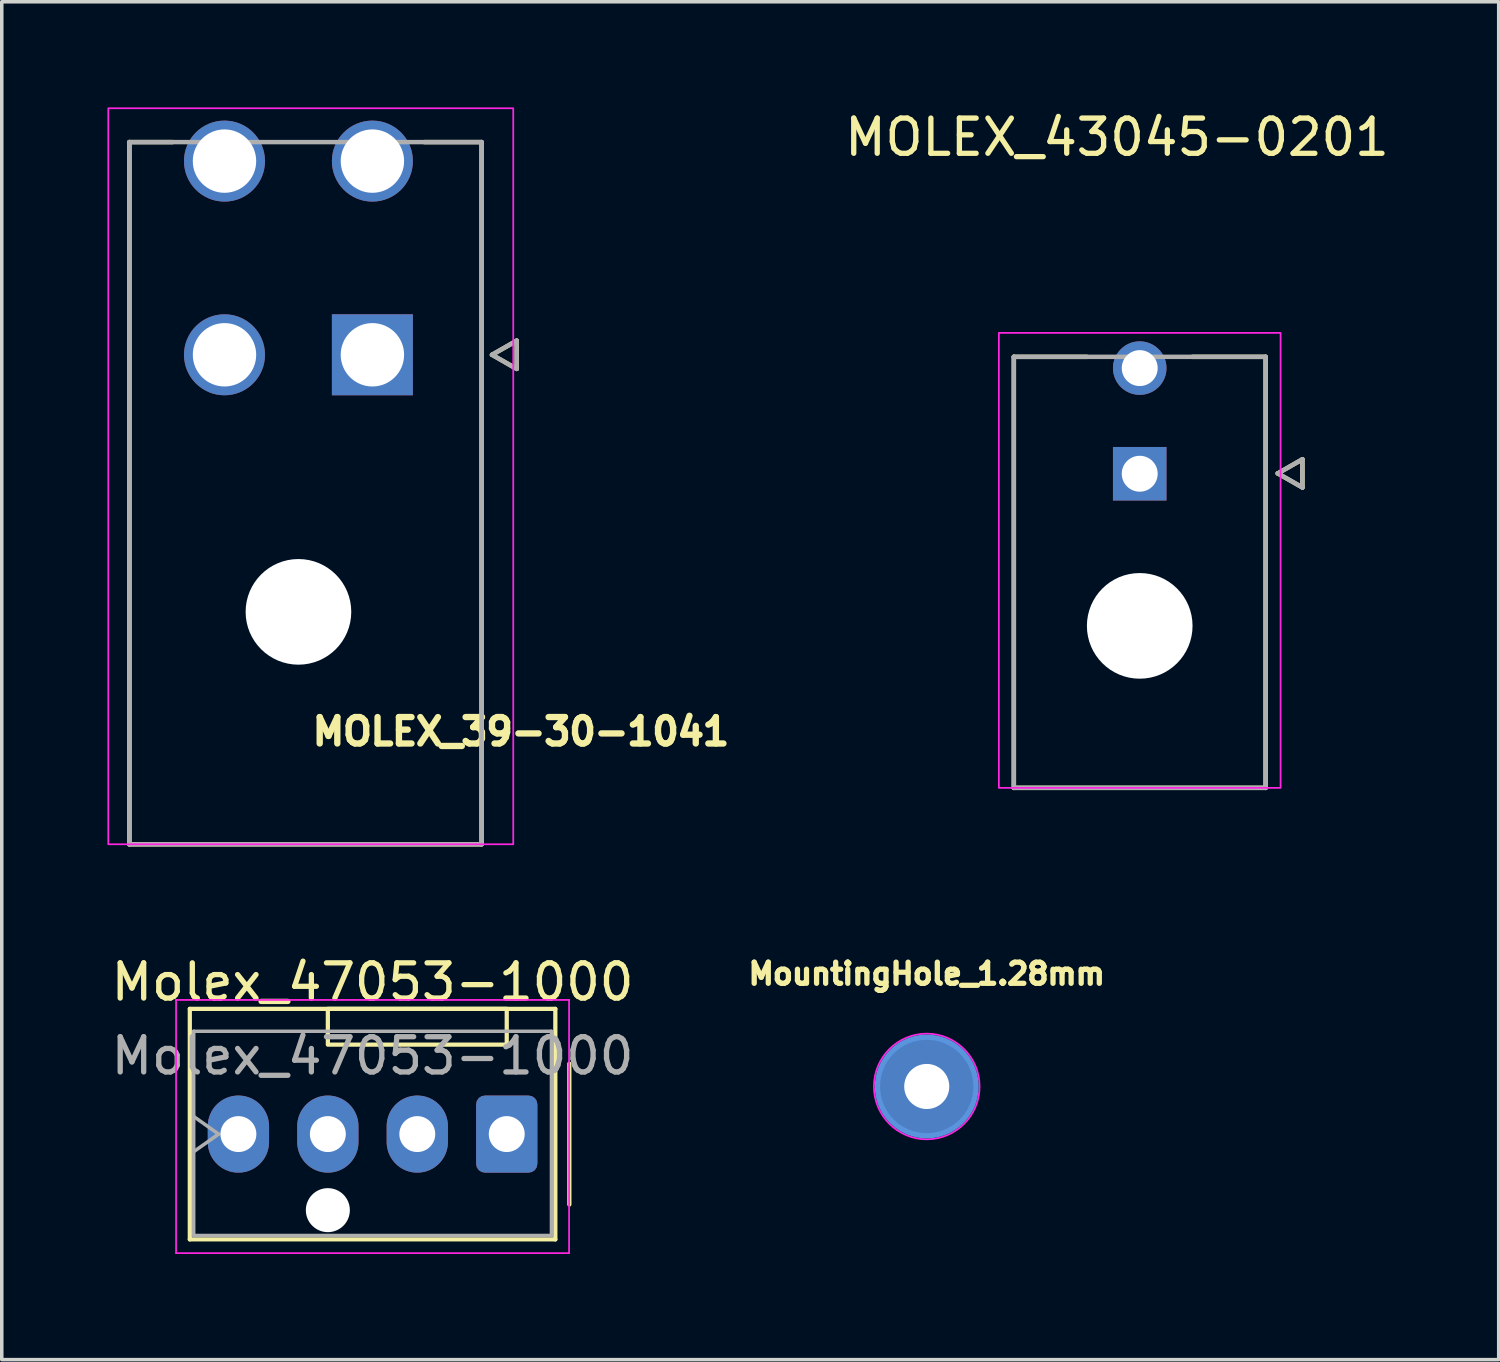
<source format=kicad_pcb>
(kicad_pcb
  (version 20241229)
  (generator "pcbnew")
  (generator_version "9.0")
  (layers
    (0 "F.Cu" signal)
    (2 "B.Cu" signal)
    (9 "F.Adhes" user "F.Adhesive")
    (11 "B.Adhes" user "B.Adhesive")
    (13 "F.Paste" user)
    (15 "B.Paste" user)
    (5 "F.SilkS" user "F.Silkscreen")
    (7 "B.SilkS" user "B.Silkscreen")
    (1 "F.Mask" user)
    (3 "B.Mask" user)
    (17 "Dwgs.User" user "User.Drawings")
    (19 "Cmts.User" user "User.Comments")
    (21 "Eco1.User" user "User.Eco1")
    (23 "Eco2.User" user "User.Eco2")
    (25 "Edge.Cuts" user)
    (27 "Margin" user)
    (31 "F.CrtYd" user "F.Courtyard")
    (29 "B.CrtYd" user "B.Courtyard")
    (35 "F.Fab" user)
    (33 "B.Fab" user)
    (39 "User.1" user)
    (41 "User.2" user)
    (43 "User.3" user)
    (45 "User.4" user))
  (footprint "MOLEX_43045-0201"
    (layer "F.Cu")
    (at 29.315 10.403)
    (property "Reference" "MOLEX_43045-0201" (at -0.645 -9.555 0) (layer "F.SilkS") (effects (font (size 1 1) (thickness 0.15))))
    (attr through_hole)
    (fp_line (start -3.575 -3.32) (end -3.575 8.92) (stroke (width 0.127) (type solid)) (layer "F.SilkS"))
    (fp_line (start -3.575 8.92) (end 3.575 8.92) (stroke (width 0.127) (type solid)) (layer "F.SilkS"))
    (fp_line (start -1.5 -3.32) (end -3.575 -3.32) (stroke (width 0.127) (type solid)) (layer "F.SilkS"))
    (fp_line (start 3.575 -3.32) (end 1.5 -3.32) (stroke (width 0.127) (type solid)) (layer "F.SilkS"))
    (fp_line (start 3.575 8.92) (end 3.575 -3.32) (stroke (width 0.127) (type solid)) (layer "F.SilkS"))
    (fp_line (start 3.92 -0.01) (end 4.62 0.39) (stroke (width 0.127) (type solid)) (layer "F.SilkS"))
    (fp_line (start 4.62 -0.41) (end 3.92 -0.01) (stroke (width 0.127) (type solid)) (layer "F.SilkS"))
    (fp_line (start 4.62 0.39) (end 4.62 -0.41) (stroke (width 0.127) (type solid)) (layer "F.SilkS"))
    (fp_rect (start -4 -4) (end 4 8.92) (stroke (width 0.05) (type default)) (fill no) (layer "F.CrtYd"))
    (fp_line (start -3.575 -3.32) (end -3.575 8.92) (stroke (width 0.127) (type solid)) (layer "F.Fab"))
    (fp_line (start -3.575 8.92) (end 3.575 8.92) (stroke (width 0.127) (type solid)) (layer "F.Fab"))
    (fp_line (start 3.575 -3.32) (end -3.575 -3.32) (stroke (width 0.127) (type solid)) (layer "F.Fab"))
    (fp_line (start 3.575 8.92) (end 3.575 -3.32) (stroke (width 0.127) (type solid)) (layer "F.Fab"))
    (fp_line (start 3.92 -0.01) (end 4.62 0.39) (stroke (width 0.127) (type solid)) (layer "F.Fab"))
    (fp_line (start 4.62 -0.41) (end 3.92 -0.01) (stroke (width 0.127) (type solid)) (layer "F.Fab"))
    (fp_line (start 4.62 0.39) (end 4.62 -0.41) (stroke (width 0.127) (type solid)) (layer "F.Fab"))
    (pad "" np_thru_hole circle (at 0 4.32) (size 3 3) (drill 3) (layers "*.Cu" "*.Mask"))
    (pad "1" thru_hole rect (at 0 0) (size 1.52 1.52) (drill 1.02) (layers "*.Cu" "*.Mask"))
    (pad "2" thru_hole circle (at 0 -3) (size 1.52 1.52) (drill 1.02) (layers "*.Cu" "*.Mask")))
  (footprint "MountingHole_1.28mm"
    (layer "F.Cu")
    (at 23.267 27.803)
    (property "Reference" "MountingHole_1.28mm" (at 0 -3.2 0) (layer "F.SilkS") (effects (font (size 0.6 0.6) (thickness 0.15))))
    (attr through_hole)
    (fp_circle (center 0 0) (end 1.4 0) (stroke (width 0.15) (type solid)) (fill no) (layer "Cmts.User"))
    (fp_circle (center 0 0) (end 1.5 0) (stroke (width 0.05) (type solid)) (fill no) (layer "F.CrtYd"))
    (pad "1" thru_hole circle (at 0 0) (size 2.8 2.8) (drill 1.28) (layers "*.Cu" "*.Mask")))
  (footprint "Molex_47053-1000"
    (layer "F.Cu")
    (at 3.72 29.155)
    (property "Reference" "Molex_47053-1000" (at 3.81 -4.318 0) (layer "F.SilkS") (effects (font (size 1 1) (thickness 0.15))))
    (attr through_hole)
    (fp_line (start -1.38 -3.556) (end -1.38 2.99) (stroke (width 0.12) (type solid)) (layer "F.SilkS"))
    (fp_line (start -1.38 2.99) (end 9 2.99) (stroke (width 0.12) (type solid)) (layer "F.SilkS"))
    (fp_line (start 9 -3.556) (end -1.38 -3.556) (stroke (width 0.12) (type solid)) (layer "F.SilkS"))
    (fp_line (start 9 2.99) (end 9 -3.556) (stroke (width 0.12) (type solid)) (layer "F.SilkS"))
    (fp_line (start 9.398 -2) (end 9.398 2) (stroke (width 0.12) (type solid)) (layer "F.SilkS"))
    (fp_rect (start 2.54 -3.556) (end 7.62 -2.54) (stroke (width 0.12) (type default)) (fill no) (layer "F.SilkS"))
    (fp_line (start -1.77 -3.81) (end -1.77 3.38) (stroke (width 0.05) (type solid)) (layer "F.CrtYd"))
    (fp_line (start -1.77 3.38) (end 9.39 3.38) (stroke (width 0.05) (type solid)) (layer "F.CrtYd"))
    (fp_line (start 9.39 -3.81) (end -1.77 -3.81) (stroke (width 0.05) (type solid)) (layer "F.CrtYd"))
    (fp_line (start 9.39 3.38) (end 9.39 -3.81) (stroke (width 0.05) (type solid)) (layer "F.CrtYd"))
    (fp_line (start -1.27 -2.92) (end -1.27 2.88) (stroke (width 0.1) (type solid)) (layer "F.Fab"))
    (fp_line (start -1.27 -0.5) (end -0.563 0) (stroke (width 0.1) (type solid)) (layer "F.Fab"))
    (fp_line (start -1.27 2.88) (end 8.89 2.88) (stroke (width 0.1) (type solid)) (layer "F.Fab"))
    (fp_line (start -0.563 0) (end -1.27 0.5) (stroke (width 0.1) (type solid)) (layer "F.Fab"))
    (fp_line (start 8.89 -2.92) (end -1.27 -2.92) (stroke (width 0.1) (type solid)) (layer "F.Fab"))
    (fp_line (start 8.89 2.88) (end 8.89 -2.92) (stroke (width 0.1) (type solid)) (layer "F.Fab"))
    (fp_text user "${REFERENCE}" (at 3.81 -2.22 0) (layer "F.Fab") (effects (font (size 1 1) (thickness 0.15))))
    (pad "" np_thru_hole circle (at 2.54 2.16) (size 1.25 1.25) (drill 1.25) (layers "*.Cu" "*.Mask"))
    (pad "1" thru_hole roundrect (at 7.62 0) (size 1.74 2.19) (drill 1.02) (layers "*.Cu" "*.Mask") (roundrect_rratio 0.144))
    (pad "2" thru_hole oval (at 5.08 0) (size 1.74 2.19) (drill 1.02) (layers "*.Cu" "*.Mask"))
    (pad "3" thru_hole oval (at 2.54 0) (size 1.74 2.19) (drill 1.02) (layers "*.Cu" "*.Mask"))
    (pad "4" thru_hole oval (at 0 0) (size 1.74 2.19) (drill 1.02) (layers "*.Cu" "*.Mask")))
  (footprint "MOLEX_39-30-1041"
    (layer "F.Cu")
    (at 7.525 7.025)
    (property "Reference" "MOLEX_39-30-1041" (at 4.218 10.7 0) (unlocked yes) (layer "F.SilkS") (effects (font (size 0.75 0.75) (thickness 0.18) (bold yes))))
    (attr through_hole)
    (fp_circle (center -4.2 -5.5) (end -3.587 -5.5) (stroke (width 1.226) (type solid)) (fill no) (layer "F.Mask"))
    (fp_circle (center -4.2 0) (end -3.587 0) (stroke (width 1.226) (type solid)) (fill no) (layer "F.Mask"))
    (fp_circle (center -2.1 7.3) (end -1.312 7.3) (stroke (width 1.576) (type solid)) (fill no) (layer "F.Mask"))
    (fp_circle (center 0 -5.5) (end 0.613 -5.5) (stroke (width 1.226) (type solid)) (fill no) (layer "F.Mask"))
    (fp_poly (pts (xy -1.226 -1.226) (xy 1.226 -1.226) (xy 1.226 1.226) (xy -1.226 1.226)) (stroke (width 0.01) (type solid)) (fill yes) (layer "F.Mask"))
    (fp_circle (center -4.2 -5.5) (end -3.587 -5.5) (stroke (width 1.226) (type solid)) (fill no) (layer "B.Mask"))
    (fp_circle (center -4.2 0) (end -3.587 0) (stroke (width 1.226) (type solid)) (fill no) (layer "B.Mask"))
    (fp_circle (center -2.1 7.3) (end -1.312 7.3) (stroke (width 1.576) (type solid)) (fill no) (layer "B.Mask"))
    (fp_circle (center 0 -5.5) (end 0.613 -5.5) (stroke (width 1.226) (type solid)) (fill no) (layer "B.Mask"))
    (fp_poly (pts (xy -1.226 -1.226) (xy 1.226 -1.226) (xy 1.226 1.226) (xy -1.226 1.226)) (stroke (width 0.01) (type solid)) (fill yes) (layer "B.Mask"))
    (fp_line (start -6.9 -6.04) (end -5.676 -6.04) (stroke (width 0.127) (type solid)) (layer "F.SilkS"))
    (fp_line (start -6.9 13.9) (end -6.9 -6.04) (stroke (width 0.127) (type solid)) (layer "F.SilkS"))
    (fp_line (start 3.1 -6.04) (end 1.476 -6.04) (stroke (width 0.127) (type solid)) (layer "F.SilkS"))
    (fp_line (start 3.1 -6.04) (end 3.1 13.9) (stroke (width 0.127) (type solid)) (layer "F.SilkS"))
    (fp_line (start 3.1 13.9) (end -6.9 13.9) (stroke (width 0.127) (type solid)) (layer "F.SilkS"))
    (fp_line (start 3.397 0) (end 4.097 0.4) (stroke (width 0.127) (type solid)) (layer "F.SilkS"))
    (fp_line (start 4.097 -0.4) (end 3.397 0) (stroke (width 0.127) (type solid)) (layer "F.SilkS"))
    (fp_line (start 4.097 0.4) (end 4.097 -0.4) (stroke (width 0.127) (type solid)) (layer "F.SilkS"))
    (fp_rect (start -7.5 -7) (end 4 13.9) (stroke (width 0.05) (type default)) (fill no) (layer "F.CrtYd"))
    (fp_line (start -6.9 -6.04) (end 3.1 -6.04) (stroke (width 0.127) (type solid)) (layer "F.Fab"))
    (fp_line (start -6.9 13.9) (end -6.9 -6.04) (stroke (width 0.127) (type solid)) (layer "F.Fab"))
    (fp_line (start 3.1 -6.04) (end 3.1 13.9) (stroke (width 0.127) (type solid)) (layer "F.Fab"))
    (fp_line (start 3.1 13.9) (end -6.9 13.9) (stroke (width 0.127) (type solid)) (layer "F.Fab"))
    (fp_line (start 3.397 0) (end 4.097 0.4) (stroke (width 0.127) (type solid)) (layer "F.Fab"))
    (fp_line (start 4.097 -0.4) (end 3.397 0) (stroke (width 0.127) (type solid)) (layer "F.Fab"))
    (fp_line (start 4.097 0.4) (end 4.097 -0.4) (stroke (width 0.127) (type solid)) (layer "F.Fab"))
    (pad "" np_thru_hole circle (at -2.1 7.3) (size 3 3) (drill 3) (layers "*.Cu" "*.Mask"))
    (pad "1" thru_hole circle (at -4.2 0) (size 2.3 2.3) (drill 1.8) (layers "*.Cu"))
    (pad "2" thru_hole circle (at -4.2 -5.5) (size 2.3 2.3) (drill 1.8) (layers "*.Cu"))
    (pad "3" thru_hole rect (at 0 0) (size 2.3 2.3) (drill 1.8) (layers "*.Cu"))
    (pad "4" thru_hole circle (at 0 -5.5) (size 2.3 2.3) (drill 1.8) (layers "*.Cu")))
  (gr_rect
    (start -3 -3)
    (end 39.509 35.56)
    (stroke (width 0.1) (type default))
    (fill no)
    (layer "Edge.Cuts")))
</source>
